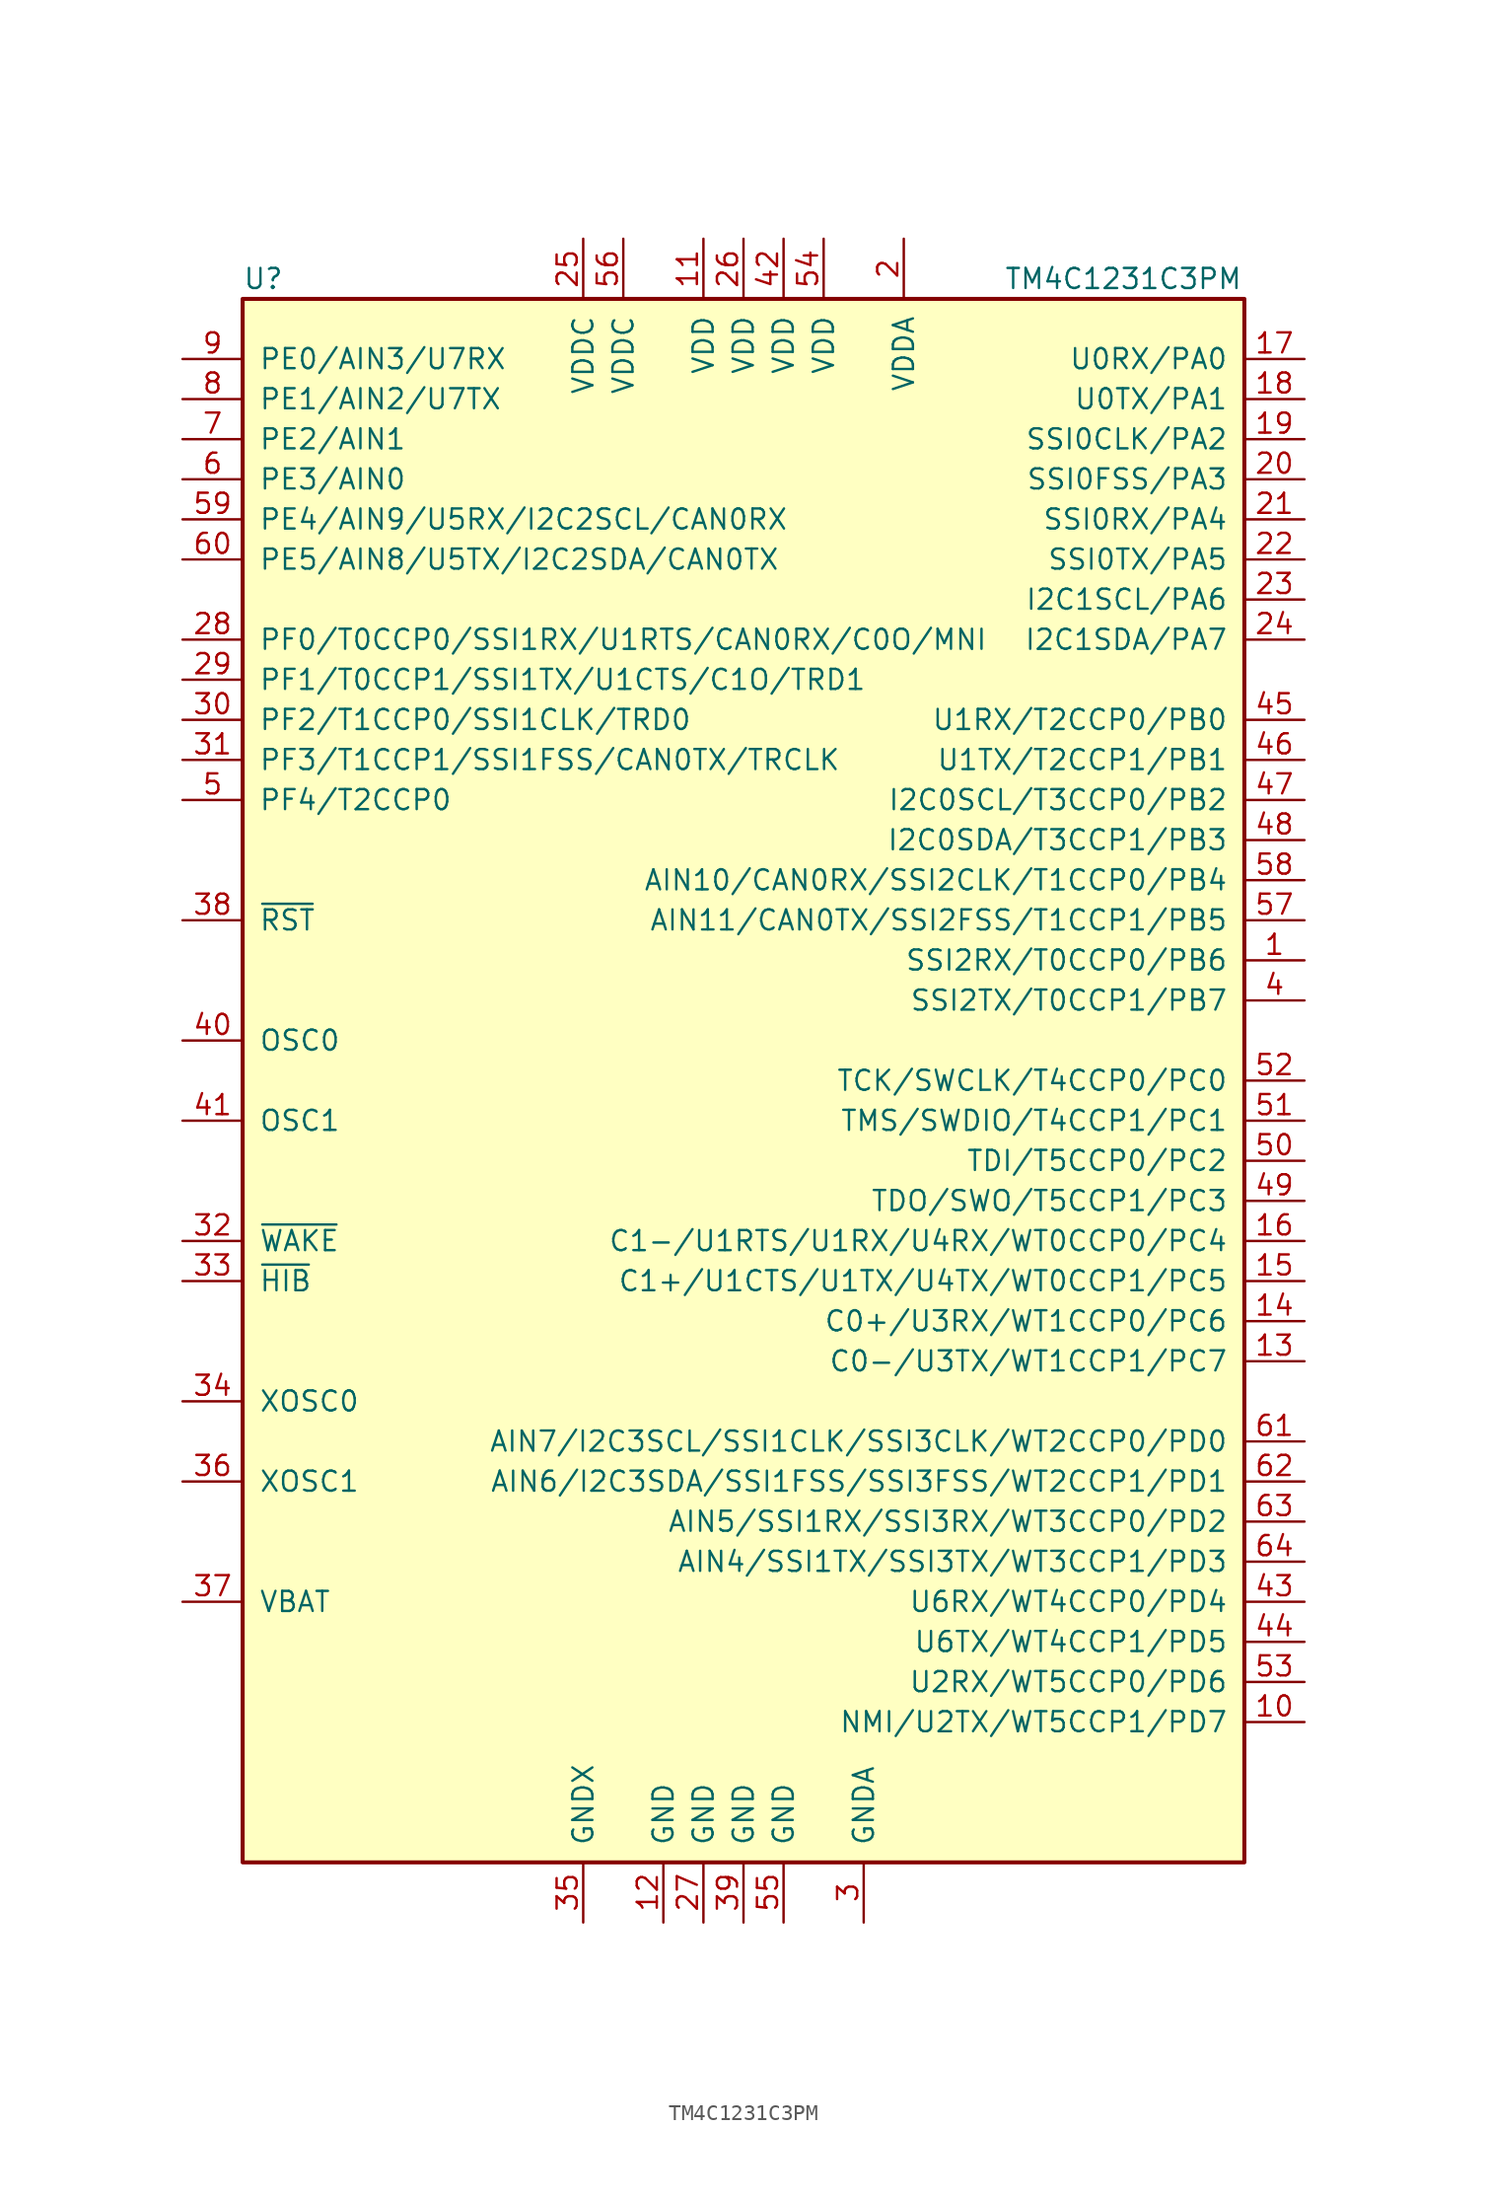
<source format=kicad_sym>
(kicad_symbol_lib
  (version 20201005)
  (generator kicad_symbol_editor)
  (symbol "TM4C1231C3PM"
    (pin_names
      (offset 1.016))
    (property "Reference" "U"
      (at -31.75 50.8 0)
      (effects (font (size 1.27 1.27)) (justify left)))
    (property "Value" "TM4C1231C3PM"
      (at 16.51 50.8 0)
      (effects (font (size 1.27 1.27)) (justify left)))
    (symbol "TM4C1231C3PM_0_1"
      (rectangle (start -31.75 49.53) (end 31.75 -49.53) (stroke (width 0.254)) (fill (type background))))
    (symbol "TM4C1231C3PM_1_1"
      (pin bidirectional line (at 35.56 7.62 180) (length 3.81) (name "SSI2RX/T0CCP0/PB6" (effects (font (size 1.27 1.27)))) (number "1" (effects (font (size 1.27 1.27)))))
      (pin power_in line (at 10.16 53.34 270) (length 3.81) (name "VDDA" (effects (font (size 1.27 1.27)))) (number "2" (effects (font (size 1.27 1.27)))))
      (pin power_in line (at 7.62 -53.34 90) (length 3.81) (name "GNDA" (effects (font (size 1.27 1.27)))) (number "3" (effects (font (size 1.27 1.27)))))
      (pin bidirectional line (at 35.56 5.08 180) (length 3.81) (name "SSI2TX/T0CCP1/PB7" (effects (font (size 1.27 1.27)))) (number "4" (effects (font (size 1.27 1.27)))))
      (pin bidirectional line (at -35.56 17.78 0) (length 3.81) (name "PF4/T2CCP0" (effects (font (size 1.27 1.27)))) (number "5" (effects (font (size 1.27 1.27)))))
      (pin bidirectional line (at -35.56 38.1 0) (length 3.81) (name "PE3/AIN0" (effects (font (size 1.27 1.27)))) (number "6" (effects (font (size 1.27 1.27)))))
      (pin bidirectional line (at -35.56 40.64 0) (length 3.81) (name "PE2/AIN1" (effects (font (size 1.27 1.27)))) (number "7" (effects (font (size 1.27 1.27)))))
      (pin bidirectional line (at -35.56 43.18 0) (length 3.81) (name "PE1/AIN2/U7TX" (effects (font (size 1.27 1.27)))) (number "8" (effects (font (size 1.27 1.27)))))
      (pin bidirectional line (at -35.56 45.72 0) (length 3.81) (name "PE0/AIN3/U7RX" (effects (font (size 1.27 1.27)))) (number "9" (effects (font (size 1.27 1.27)))))
      (pin bidirectional line (at 35.56 -40.64 180) (length 3.81) (name "NMI/U2TX/WT5CCP1/PD7" (effects (font (size 1.27 1.27)))) (number "10" (effects (font (size 1.27 1.27)))))
      (pin bidirectional line (at 35.56 38.1 180) (length 3.81) (name "SSI0FSS/PA3" (effects (font (size 1.27 1.27)))) (number "20" (effects (font (size 1.27 1.27)))))
      (pin bidirectional line (at -35.56 22.86 0) (length 3.81) (name "PF2/T1CCP0/SSI1CLK/TRD0" (effects (font (size 1.27 1.27)))) (number "30" (effects (font (size 1.27 1.27)))))
      (pin passive line (at -35.56 2.54 0) (length 3.81) (name "OSC0" (effects (font (size 1.27 1.27)))) (number "40" (effects (font (size 1.27 1.27)))))
      (pin bidirectional line (at 35.56 -5.08 180) (length 3.81) (name "TDI/T5CCP0/PC2" (effects (font (size 1.27 1.27)))) (number "50" (effects (font (size 1.27 1.27)))))
      (pin bidirectional line (at -35.56 33.02 0) (length 3.81) (name "PE5/AIN8/U5TX/I2C2SDA/CAN0TX" (effects (font (size 1.27 1.27)))) (number "60" (effects (font (size 1.27 1.27)))))
      (pin power_in line (at -2.54 53.34 270) (length 3.81) (name "VDD" (effects (font (size 1.27 1.27)))) (number "11" (effects (font (size 1.27 1.27)))))
      (pin bidirectional line (at 35.56 35.56 180) (length 3.81) (name "SSI0RX/PA4" (effects (font (size 1.27 1.27)))) (number "21" (effects (font (size 1.27 1.27)))))
      (pin bidirectional line (at -35.56 20.32 0) (length 3.81) (name "PF3/T1CCP1/SSI1FSS/CAN0TX/TRCLK" (effects (font (size 1.27 1.27)))) (number "31" (effects (font (size 1.27 1.27)))))
      (pin passive line (at -35.56 -2.54 0) (length 3.81) (name "OSC1" (effects (font (size 1.27 1.27)))) (number "41" (effects (font (size 1.27 1.27)))))
      (pin bidirectional line (at 35.56 -2.54 180) (length 3.81) (name "TMS/SWDIO/T4CCP1/PC1" (effects (font (size 1.27 1.27)))) (number "51" (effects (font (size 1.27 1.27)))))
      (pin bidirectional line (at 35.56 -22.86 180) (length 3.81) (name "AIN7/I2C3SCL/SSI1CLK/SSI3CLK/WT2CCP0/PD0" (effects (font (size 1.27 1.27)))) (number "61" (effects (font (size 1.27 1.27)))))
      (pin power_in line (at -5.08 -53.34 90) (length 3.81) (name "GND" (effects (font (size 1.27 1.27)))) (number "12" (effects (font (size 1.27 1.27)))))
      (pin bidirectional line (at 35.56 33.02 180) (length 3.81) (name "SSI0TX/PA5" (effects (font (size 1.27 1.27)))) (number "22" (effects (font (size 1.27 1.27)))))
      (pin input line (at -35.56 -10.16 0) (length 3.81) (name "~WAKE~" (effects (font (size 1.27 1.27)))) (number "32" (effects (font (size 1.27 1.27)))))
      (pin power_in line (at 2.54 53.34 270) (length 3.81) (name "VDD" (effects (font (size 1.27 1.27)))) (number "42" (effects (font (size 1.27 1.27)))))
      (pin bidirectional line (at 35.56 0 180) (length 3.81) (name "TCK/SWCLK/T4CCP0/PC0" (effects (font (size 1.27 1.27)))) (number "52" (effects (font (size 1.27 1.27)))))
      (pin bidirectional line (at 35.56 -25.4 180) (length 3.81) (name "AIN6/I2C3SDA/SSI1FSS/SSI3FSS/WT2CCP1/PD1" (effects (font (size 1.27 1.27)))) (number "62" (effects (font (size 1.27 1.27)))))
      (pin bidirectional line (at 35.56 -17.78 180) (length 3.81) (name "C0-/U3TX/WT1CCP1/PC7" (effects (font (size 1.27 1.27)))) (number "13" (effects (font (size 1.27 1.27)))))
      (pin bidirectional line (at 35.56 30.48 180) (length 3.81) (name "I2C1SCL/PA6" (effects (font (size 1.27 1.27)))) (number "23" (effects (font (size 1.27 1.27)))))
      (pin open_collector line (at -35.56 -12.7 0) (length 3.81) (name "~HIB~" (effects (font (size 1.27 1.27)))) (number "33" (effects (font (size 1.27 1.27)))))
      (pin bidirectional line (at 35.56 -33.02 180) (length 3.81) (name "U6RX/WT4CCP0/PD4" (effects (font (size 1.27 1.27)))) (number "43" (effects (font (size 1.27 1.27)))))
      (pin bidirectional line (at 35.56 -38.1 180) (length 3.81) (name "U2RX/WT5CCP0/PD6" (effects (font (size 1.27 1.27)))) (number "53" (effects (font (size 1.27 1.27)))))
      (pin bidirectional line (at 35.56 -27.94 180) (length 3.81) (name "AIN5/SSI1RX/SSI3RX/WT3CCP0/PD2" (effects (font (size 1.27 1.27)))) (number "63" (effects (font (size 1.27 1.27)))))
      (pin bidirectional line (at 35.56 -15.24 180) (length 3.81) (name "C0+/U3RX/WT1CCP0/PC6" (effects (font (size 1.27 1.27)))) (number "14" (effects (font (size 1.27 1.27)))))
      (pin bidirectional line (at 35.56 27.94 180) (length 3.81) (name "I2C1SDA/PA7" (effects (font (size 1.27 1.27)))) (number "24" (effects (font (size 1.27 1.27)))))
      (pin passive line (at -35.56 -20.32 0) (length 3.81) (name "XOSC0" (effects (font (size 1.27 1.27)))) (number "34" (effects (font (size 1.27 1.27)))))
      (pin bidirectional line (at 35.56 -35.56 180) (length 3.81) (name "U6TX/WT4CCP1/PD5" (effects (font (size 1.27 1.27)))) (number "44" (effects (font (size 1.27 1.27)))))
      (pin power_in line (at 5.08 53.34 270) (length 3.81) (name "VDD" (effects (font (size 1.27 1.27)))) (number "54" (effects (font (size 1.27 1.27)))))
      (pin bidirectional line (at 35.56 -30.48 180) (length 3.81) (name "AIN4/SSI1TX/SSI3TX/WT3CCP1/PD3" (effects (font (size 1.27 1.27)))) (number "64" (effects (font (size 1.27 1.27)))))
      (pin bidirectional line (at 35.56 -12.7 180) (length 3.81) (name "C1+/U1CTS/U1TX/U4TX/WT0CCP1/PC5" (effects (font (size 1.27 1.27)))) (number "15" (effects (font (size 1.27 1.27)))))
      (pin power_in line (at -10.16 53.34 270) (length 3.81) (name "VDDC" (effects (font (size 1.27 1.27)))) (number "25" (effects (font (size 1.27 1.27)))))
      (pin power_in line (at -10.16 -53.34 90) (length 3.81) (name "GNDX" (effects (font (size 1.27 1.27)))) (number "35" (effects (font (size 1.27 1.27)))))
      (pin bidirectional line (at 35.56 22.86 180) (length 3.81) (name "U1RX/T2CCP0/PB0" (effects (font (size 1.27 1.27)))) (number "45" (effects (font (size 1.27 1.27)))))
      (pin power_in line (at 2.54 -53.34 90) (length 3.81) (name "GND" (effects (font (size 1.27 1.27)))) (number "55" (effects (font (size 1.27 1.27)))))
      (pin bidirectional line (at 35.56 -10.16 180) (length 3.81) (name "C1-/U1RTS/U1RX/U4RX/WT0CCP0/PC4" (effects (font (size 1.27 1.27)))) (number "16" (effects (font (size 1.27 1.27)))))
      (pin power_in line (at 0 53.34 270) (length 3.81) (name "VDD" (effects (font (size 1.27 1.27)))) (number "26" (effects (font (size 1.27 1.27)))))
      (pin passive line (at -35.56 -25.4 0) (length 3.81) (name "XOSC1" (effects (font (size 1.27 1.27)))) (number "36" (effects (font (size 1.27 1.27)))))
      (pin bidirectional line (at 35.56 20.32 180) (length 3.81) (name "U1TX/T2CCP1/PB1" (effects (font (size 1.27 1.27)))) (number "46" (effects (font (size 1.27 1.27)))))
      (pin power_in line (at -7.62 53.34 270) (length 3.81) (name "VDDC" (effects (font (size 1.27 1.27)))) (number "56" (effects (font (size 1.27 1.27)))))
      (pin bidirectional line (at 35.56 45.72 180) (length 3.81) (name "U0RX/PA0" (effects (font (size 1.27 1.27)))) (number "17" (effects (font (size 1.27 1.27)))))
      (pin power_in line (at -2.54 -53.34 90) (length 3.81) (name "GND" (effects (font (size 1.27 1.27)))) (number "27" (effects (font (size 1.27 1.27)))))
      (pin passive line (at -35.56 -33.02 0) (length 3.81) (name "VBAT" (effects (font (size 1.27 1.27)))) (number "37" (effects (font (size 1.27 1.27)))))
      (pin bidirectional line (at 35.56 17.78 180) (length 3.81) (name "I2C0SCL/T3CCP0/PB2" (effects (font (size 1.27 1.27)))) (number "47" (effects (font (size 1.27 1.27)))))
      (pin bidirectional line (at 35.56 10.16 180) (length 3.81) (name "AIN11/CAN0TX/SSI2FSS/T1CCP1/PB5" (effects (font (size 1.27 1.27)))) (number "57" (effects (font (size 1.27 1.27)))))
      (pin bidirectional line (at 35.56 43.18 180) (length 3.81) (name "U0TX/PA1" (effects (font (size 1.27 1.27)))) (number "18" (effects (font (size 1.27 1.27)))))
      (pin bidirectional line (at -35.56 27.94 0) (length 3.81) (name "PF0/T0CCP0/SSI1RX/U1RTS/CAN0RX/C0O/MNI" (effects (font (size 1.27 1.27)))) (number "28" (effects (font (size 1.27 1.27)))))
      (pin input line (at -35.56 10.16 0) (length 3.81) (name "~RST~" (effects (font (size 1.27 1.27)))) (number "38" (effects (font (size 1.27 1.27)))))
      (pin bidirectional line (at 35.56 15.24 180) (length 3.81) (name "I2C0SDA/T3CCP1/PB3" (effects (font (size 1.27 1.27)))) (number "48" (effects (font (size 1.27 1.27)))))
      (pin bidirectional line (at 35.56 12.7 180) (length 3.81) (name "AIN10/CAN0RX/SSI2CLK/T1CCP0/PB4" (effects (font (size 1.27 1.27)))) (number "58" (effects (font (size 1.27 1.27)))))
      (pin bidirectional line (at 35.56 40.64 180) (length 3.81) (name "SSI0CLK/PA2" (effects (font (size 1.27 1.27)))) (number "19" (effects (font (size 1.27 1.27)))))
      (pin bidirectional line (at -35.56 25.4 0) (length 3.81) (name "PF1/T0CCP1/SSI1TX/U1CTS/C1O/TRD1" (effects (font (size 1.27 1.27)))) (number "29" (effects (font (size 1.27 1.27)))))
      (pin bidirectional line (at 0 -53.34 90) (length 3.81) (name "GND" (effects (font (size 1.27 1.27)))) (number "39" (effects (font (size 1.27 1.27)))))
      (pin bidirectional line (at 35.56 -7.62 180) (length 3.81) (name "TDO/SWO/T5CCP1/PC3" (effects (font (size 1.27 1.27)))) (number "49" (effects (font (size 1.27 1.27)))))
      (pin bidirectional line (at -35.56 35.56 0) (length 3.81) (name "PE4/AIN9/U5RX/I2C2SCL/CAN0RX" (effects (font (size 1.27 1.27)))) (number "59" (effects (font (size 1.27 1.27))))))))
</source>
